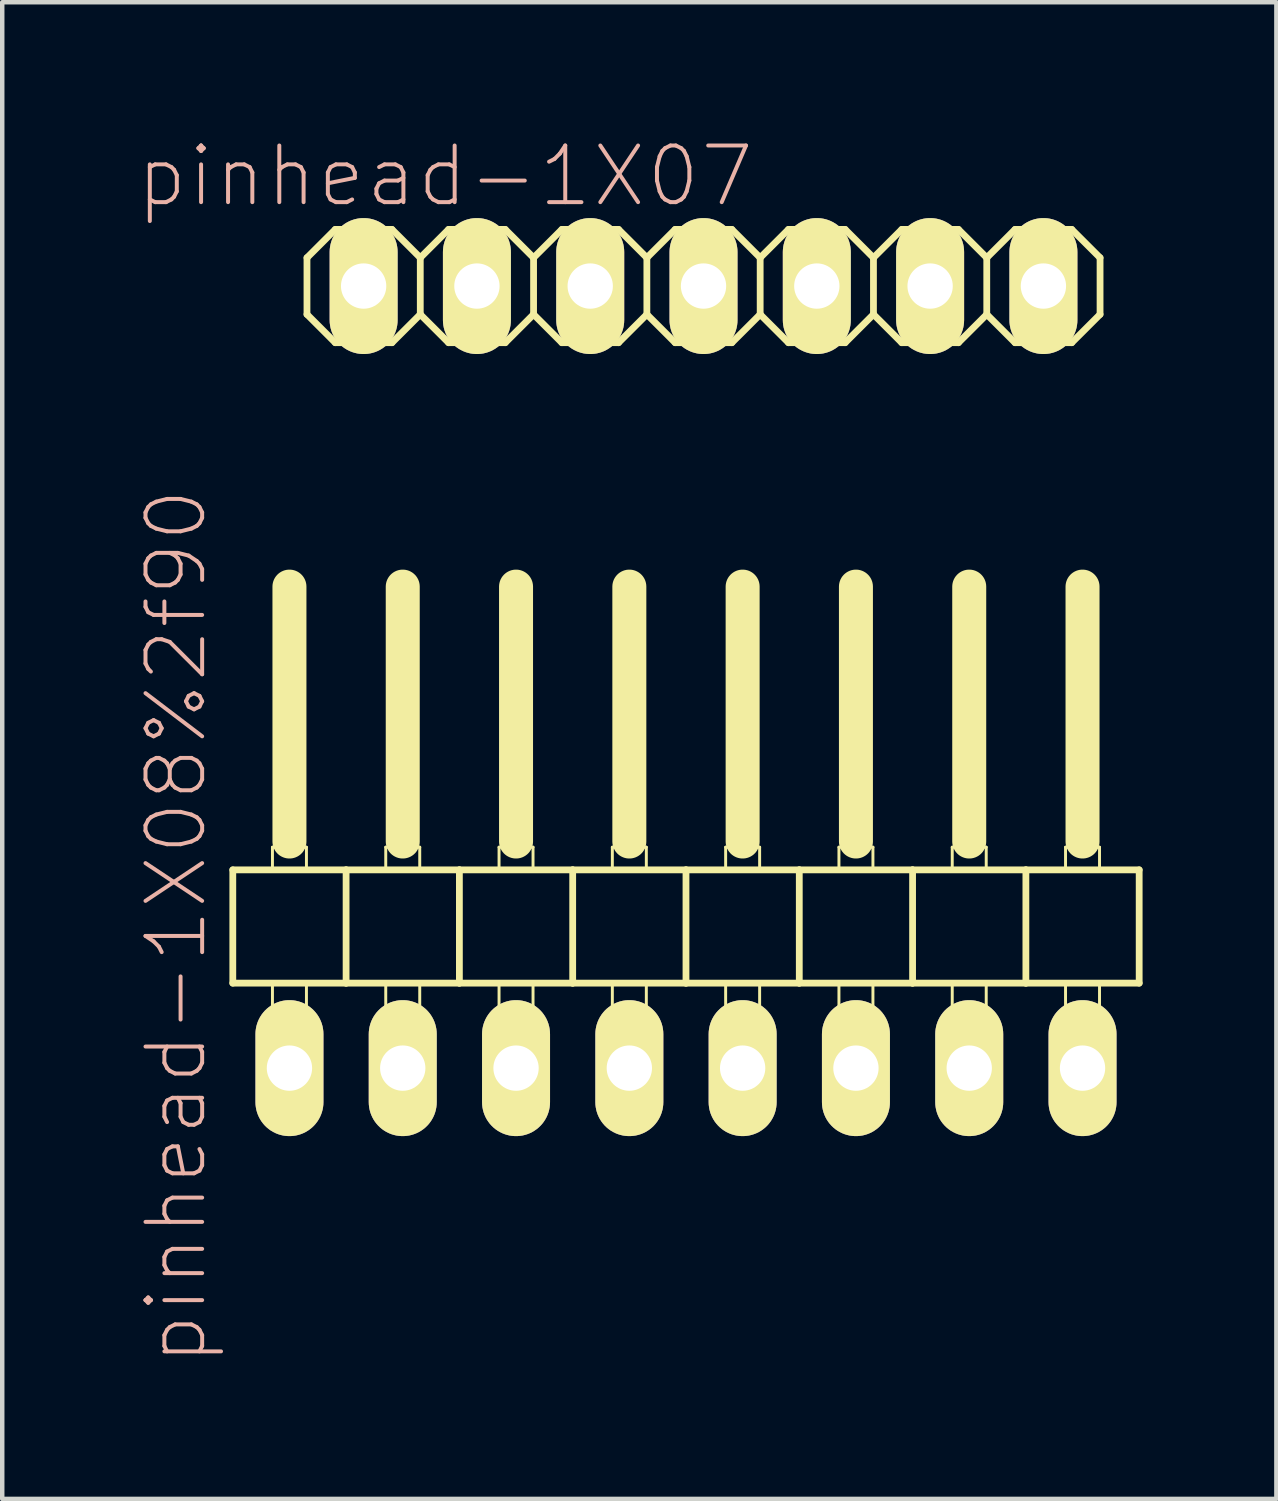
<source format=kicad_pcb>
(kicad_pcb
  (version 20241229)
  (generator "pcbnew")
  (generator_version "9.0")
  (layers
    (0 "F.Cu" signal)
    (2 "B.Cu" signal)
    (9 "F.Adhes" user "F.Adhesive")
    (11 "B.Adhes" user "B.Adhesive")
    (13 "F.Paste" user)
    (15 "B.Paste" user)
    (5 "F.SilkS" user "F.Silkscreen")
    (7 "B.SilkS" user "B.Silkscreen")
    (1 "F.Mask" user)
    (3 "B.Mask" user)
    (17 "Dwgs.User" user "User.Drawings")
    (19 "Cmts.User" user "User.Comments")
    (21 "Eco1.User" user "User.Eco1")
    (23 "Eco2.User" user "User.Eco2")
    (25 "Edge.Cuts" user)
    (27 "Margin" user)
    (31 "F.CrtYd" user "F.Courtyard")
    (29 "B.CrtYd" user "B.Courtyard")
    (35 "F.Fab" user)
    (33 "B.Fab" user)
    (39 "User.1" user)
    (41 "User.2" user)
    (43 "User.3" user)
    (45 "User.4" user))
  (footprint "pinhead-1X07"
    (layer "F.Cu")
    (at 12.722 3.363)
    (property "Reference" "pinhead-1X07" (at -5.791 -2.464 0) (layer "B.SilkS") (effects (font (size 1.27 1.27) (thickness 0.089))))
    (attr exclude_from_pos_files exclude_from_bom)
    (fp_line (start -8.89 -0.635) (end -8.89 0.635) (stroke (width 0.152) (type solid)) (layer "F.SilkS"))
    (fp_line (start -8.89 0.635) (end -8.255 1.27) (stroke (width 0.152) (type solid)) (layer "F.SilkS"))
    (fp_line (start -8.255 -1.27) (end -8.89 -0.635) (stroke (width 0.152) (type solid)) (layer "F.SilkS"))
    (fp_line (start -8.255 -1.27) (end -6.985 -1.27) (stroke (width 0.152) (type solid)) (layer "F.SilkS"))
    (fp_line (start -7.874 -0.254) (end -7.366 -0.254) (stroke (width 0.066) (type solid)) (layer "F.SilkS"))
    (fp_line (start -7.874 0.254) (end -7.874 -0.254) (stroke (width 0.066) (type solid)) (layer "F.SilkS"))
    (fp_line (start -7.874 0.254) (end -7.366 0.254) (stroke (width 0.066) (type solid)) (layer "F.SilkS"))
    (fp_line (start -7.366 0.254) (end -7.366 -0.254) (stroke (width 0.066) (type solid)) (layer "F.SilkS"))
    (fp_line (start -6.985 -1.27) (end -6.35 -0.635) (stroke (width 0.152) (type solid)) (layer "F.SilkS"))
    (fp_line (start -6.985 1.27) (end -8.255 1.27) (stroke (width 0.152) (type solid)) (layer "F.SilkS"))
    (fp_line (start -6.35 -0.635) (end -6.35 0.635) (stroke (width 0.152) (type solid)) (layer "F.SilkS"))
    (fp_line (start -6.35 -0.635) (end -5.715 -1.27) (stroke (width 0.152) (type solid)) (layer "F.SilkS"))
    (fp_line (start -6.35 0.635) (end -6.985 1.27) (stroke (width 0.152) (type solid)) (layer "F.SilkS"))
    (fp_line (start -5.715 -1.27) (end -4.445 -1.27) (stroke (width 0.152) (type solid)) (layer "F.SilkS"))
    (fp_line (start -5.715 1.27) (end -6.35 0.635) (stroke (width 0.152) (type solid)) (layer "F.SilkS"))
    (fp_line (start -5.334 -0.254) (end -4.826 -0.254) (stroke (width 0.066) (type solid)) (layer "F.SilkS"))
    (fp_line (start -5.334 0.254) (end -5.334 -0.254) (stroke (width 0.066) (type solid)) (layer "F.SilkS"))
    (fp_line (start -5.334 0.254) (end -4.826 0.254) (stroke (width 0.066) (type solid)) (layer "F.SilkS"))
    (fp_line (start -4.826 0.254) (end -4.826 -0.254) (stroke (width 0.066) (type solid)) (layer "F.SilkS"))
    (fp_line (start -4.445 -1.27) (end -3.81 -0.635) (stroke (width 0.152) (type solid)) (layer "F.SilkS"))
    (fp_line (start -4.445 1.27) (end -5.715 1.27) (stroke (width 0.152) (type solid)) (layer "F.SilkS"))
    (fp_line (start -3.81 -0.635) (end -3.81 0.635) (stroke (width 0.152) (type solid)) (layer "F.SilkS"))
    (fp_line (start -3.81 -0.635) (end -3.175 -1.27) (stroke (width 0.152) (type solid)) (layer "F.SilkS"))
    (fp_line (start -3.81 0.635) (end -4.445 1.27) (stroke (width 0.152) (type solid)) (layer "F.SilkS"))
    (fp_line (start -3.175 -1.27) (end -1.905 -1.27) (stroke (width 0.152) (type solid)) (layer "F.SilkS"))
    (fp_line (start -3.175 1.27) (end -3.81 0.635) (stroke (width 0.152) (type solid)) (layer "F.SilkS"))
    (fp_line (start -2.794 -0.254) (end -2.286 -0.254) (stroke (width 0.066) (type solid)) (layer "F.SilkS"))
    (fp_line (start -2.794 0.254) (end -2.794 -0.254) (stroke (width 0.066) (type solid)) (layer "F.SilkS"))
    (fp_line (start -2.794 0.254) (end -2.286 0.254) (stroke (width 0.066) (type solid)) (layer "F.SilkS"))
    (fp_line (start -2.286 0.254) (end -2.286 -0.254) (stroke (width 0.066) (type solid)) (layer "F.SilkS"))
    (fp_line (start -1.905 -1.27) (end -1.27 -0.635) (stroke (width 0.152) (type solid)) (layer "F.SilkS"))
    (fp_line (start -1.905 1.27) (end -3.175 1.27) (stroke (width 0.152) (type solid)) (layer "F.SilkS"))
    (fp_line (start -1.27 -0.635) (end -1.27 0.635) (stroke (width 0.152) (type solid)) (layer "F.SilkS"))
    (fp_line (start -1.27 0.635) (end -1.905 1.27) (stroke (width 0.152) (type solid)) (layer "F.SilkS"))
    (fp_line (start -1.27 0.635) (end -0.635 1.27) (stroke (width 0.152) (type solid)) (layer "F.SilkS"))
    (fp_line (start -0.635 -1.27) (end -1.27 -0.635) (stroke (width 0.152) (type solid)) (layer "F.SilkS"))
    (fp_line (start -0.635 -1.27) (end 0.635 -1.27) (stroke (width 0.152) (type solid)) (layer "F.SilkS"))
    (fp_line (start -0.254 -0.254) (end 0.254 -0.254) (stroke (width 0.066) (type solid)) (layer "F.SilkS"))
    (fp_line (start -0.254 0.254) (end -0.254 -0.254) (stroke (width 0.066) (type solid)) (layer "F.SilkS"))
    (fp_line (start -0.254 0.254) (end 0.254 0.254) (stroke (width 0.066) (type solid)) (layer "F.SilkS"))
    (fp_line (start 0.254 0.254) (end 0.254 -0.254) (stroke (width 0.066) (type solid)) (layer "F.SilkS"))
    (fp_line (start 0.635 -1.27) (end 1.27 -0.635) (stroke (width 0.152) (type solid)) (layer "F.SilkS"))
    (fp_line (start 0.635 1.27) (end -0.635 1.27) (stroke (width 0.152) (type solid)) (layer "F.SilkS"))
    (fp_line (start 1.27 -0.635) (end 1.27 0.635) (stroke (width 0.152) (type solid)) (layer "F.SilkS"))
    (fp_line (start 1.27 -0.635) (end 1.905 -1.27) (stroke (width 0.152) (type solid)) (layer "F.SilkS"))
    (fp_line (start 1.27 0.635) (end 0.635 1.27) (stroke (width 0.152) (type solid)) (layer "F.SilkS"))
    (fp_line (start 1.905 -1.27) (end 3.175 -1.27) (stroke (width 0.152) (type solid)) (layer "F.SilkS"))
    (fp_line (start 1.905 1.27) (end 1.27 0.635) (stroke (width 0.152) (type solid)) (layer "F.SilkS"))
    (fp_line (start 2.286 -0.254) (end 2.794 -0.254) (stroke (width 0.066) (type solid)) (layer "F.SilkS"))
    (fp_line (start 2.286 0.254) (end 2.286 -0.254) (stroke (width 0.066) (type solid)) (layer "F.SilkS"))
    (fp_line (start 2.286 0.254) (end 2.794 0.254) (stroke (width 0.066) (type solid)) (layer "F.SilkS"))
    (fp_line (start 2.794 0.254) (end 2.794 -0.254) (stroke (width 0.066) (type solid)) (layer "F.SilkS"))
    (fp_line (start 3.175 -1.27) (end 3.81 -0.635) (stroke (width 0.152) (type solid)) (layer "F.SilkS"))
    (fp_line (start 3.175 1.27) (end 1.905 1.27) (stroke (width 0.152) (type solid)) (layer "F.SilkS"))
    (fp_line (start 3.81 -0.635) (end 3.81 0.635) (stroke (width 0.152) (type solid)) (layer "F.SilkS"))
    (fp_line (start 3.81 -0.635) (end 4.445 -1.27) (stroke (width 0.152) (type solid)) (layer "F.SilkS"))
    (fp_line (start 3.81 0.635) (end 3.175 1.27) (stroke (width 0.152) (type solid)) (layer "F.SilkS"))
    (fp_line (start 4.445 -1.27) (end 5.715 -1.27) (stroke (width 0.152) (type solid)) (layer "F.SilkS"))
    (fp_line (start 4.445 1.27) (end 3.81 0.635) (stroke (width 0.152) (type solid)) (layer "F.SilkS"))
    (fp_line (start 4.826 -0.254) (end 5.334 -0.254) (stroke (width 0.066) (type solid)) (layer "F.SilkS"))
    (fp_line (start 4.826 0.254) (end 4.826 -0.254) (stroke (width 0.066) (type solid)) (layer "F.SilkS"))
    (fp_line (start 4.826 0.254) (end 5.334 0.254) (stroke (width 0.066) (type solid)) (layer "F.SilkS"))
    (fp_line (start 5.334 0.254) (end 5.334 -0.254) (stroke (width 0.066) (type solid)) (layer "F.SilkS"))
    (fp_line (start 5.715 -1.27) (end 6.35 -0.635) (stroke (width 0.152) (type solid)) (layer "F.SilkS"))
    (fp_line (start 5.715 1.27) (end 4.445 1.27) (stroke (width 0.152) (type solid)) (layer "F.SilkS"))
    (fp_line (start 6.35 -0.635) (end 6.35 0.635) (stroke (width 0.152) (type solid)) (layer "F.SilkS"))
    (fp_line (start 6.35 0.635) (end 5.715 1.27) (stroke (width 0.152) (type solid)) (layer "F.SilkS"))
    (fp_line (start 6.35 0.635) (end 6.985 1.27) (stroke (width 0.152) (type solid)) (layer "F.SilkS"))
    (fp_line (start 6.985 -1.27) (end 6.35 -0.635) (stroke (width 0.152) (type solid)) (layer "F.SilkS"))
    (fp_line (start 6.985 -1.27) (end 8.255 -1.27) (stroke (width 0.152) (type solid)) (layer "F.SilkS"))
    (fp_line (start 7.366 -0.254) (end 7.874 -0.254) (stroke (width 0.066) (type solid)) (layer "F.SilkS"))
    (fp_line (start 7.366 0.254) (end 7.366 -0.254) (stroke (width 0.066) (type solid)) (layer "F.SilkS"))
    (fp_line (start 7.366 0.254) (end 7.874 0.254) (stroke (width 0.066) (type solid)) (layer "F.SilkS"))
    (fp_line (start 7.874 0.254) (end 7.874 -0.254) (stroke (width 0.066) (type solid)) (layer "F.SilkS"))
    (fp_line (start 8.255 -1.27) (end 8.89 -0.635) (stroke (width 0.152) (type solid)) (layer "F.SilkS"))
    (fp_line (start 8.255 1.27) (end 6.985 1.27) (stroke (width 0.152) (type solid)) (layer "F.SilkS"))
    (fp_line (start 8.89 -0.635) (end 8.89 0.635) (stroke (width 0.152) (type solid)) (layer "F.SilkS"))
    (fp_line (start 8.89 0.635) (end 8.255 1.27) (stroke (width 0.152) (type solid)) (layer "F.SilkS"))
    (pad "1" thru_hole oval (at -7.62 0) (size 1.524 3.048) (drill 1.016) (layers "*.Cu" "F.Mask" "F.SilkS" "F.Paste"))
    (pad "2" thru_hole oval (at -5.08 0) (size 1.524 3.048) (drill 1.016) (layers "*.Cu" "F.Mask" "F.SilkS" "F.Paste"))
    (pad "3" thru_hole oval (at -2.54 0) (size 1.524 3.048) (drill 1.016) (layers "*.Cu" "F.Mask" "F.SilkS" "F.Paste"))
    (pad "4" thru_hole oval (at 0 0) (size 1.524 3.048) (drill 1.016) (layers "*.Cu" "F.Mask" "F.SilkS" "F.Paste"))
    (pad "5" thru_hole oval (at 2.54 0) (size 1.524 3.048) (drill 1.016) (layers "*.Cu" "F.Mask" "F.SilkS" "F.Paste"))
    (pad "6" thru_hole oval (at 5.08 0) (size 1.524 3.048) (drill 1.016) (layers "*.Cu" "F.Mask" "F.SilkS" "F.Paste"))
    (pad "7" thru_hole oval (at 7.62 0) (size 1.524 3.048) (drill 1.016) (layers "*.Cu" "F.Mask" "F.SilkS" "F.Paste")))
  (footprint "pinhead-1X08%2f90"
    (layer "F.Cu")
    (at 12.329 17.086)
    (property "Reference" "pinhead-1X08%2f90" (at -11.43 0.635 90) (layer "B.SilkS") (effects (font (size 1.27 1.27) (thickness 0.089))))
    (attr exclude_from_pos_files exclude_from_bom)
    (fp_line (start -10.16 -0.635) (end -10.16 1.905) (stroke (width 0.152) (type solid)) (layer "F.SilkS"))
    (fp_line (start -10.16 1.905) (end -7.62 1.905) (stroke (width 0.152) (type solid)) (layer "F.SilkS"))
    (fp_line (start -9.271 -1.143) (end -8.509 -1.143) (stroke (width 0.066) (type solid)) (layer "F.SilkS"))
    (fp_line (start -9.271 -0.635) (end -9.271 -1.143) (stroke (width 0.066) (type solid)) (layer "F.SilkS"))
    (fp_line (start -9.271 -0.635) (end -8.509 -0.635) (stroke (width 0.066) (type solid)) (layer "F.SilkS"))
    (fp_line (start -9.271 1.905) (end -8.509 1.905) (stroke (width 0.066) (type solid)) (layer "F.SilkS"))
    (fp_line (start -9.271 2.921) (end -9.271 1.905) (stroke (width 0.066) (type solid)) (layer "F.SilkS"))
    (fp_line (start -9.271 2.921) (end -8.509 2.921) (stroke (width 0.066) (type solid)) (layer "F.SilkS"))
    (fp_line (start -8.89 -6.985) (end -8.89 -1.27) (stroke (width 0.762) (type solid)) (layer "F.SilkS"))
    (fp_line (start -8.509 -0.635) (end -8.509 -1.143) (stroke (width 0.066) (type solid)) (layer "F.SilkS"))
    (fp_line (start -8.509 2.921) (end -8.509 1.905) (stroke (width 0.066) (type solid)) (layer "F.SilkS"))
    (fp_line (start -7.62 -0.635) (end -10.16 -0.635) (stroke (width 0.152) (type solid)) (layer "F.SilkS"))
    (fp_line (start -7.62 1.905) (end -7.62 -0.635) (stroke (width 0.152) (type solid)) (layer "F.SilkS"))
    (fp_line (start -7.62 1.905) (end -5.08 1.905) (stroke (width 0.152) (type solid)) (layer "F.SilkS"))
    (fp_line (start -6.731 -1.143) (end -5.969 -1.143) (stroke (width 0.066) (type solid)) (layer "F.SilkS"))
    (fp_line (start -6.731 -0.635) (end -6.731 -1.143) (stroke (width 0.066) (type solid)) (layer "F.SilkS"))
    (fp_line (start -6.731 -0.635) (end -5.969 -0.635) (stroke (width 0.066) (type solid)) (layer "F.SilkS"))
    (fp_line (start -6.731 1.905) (end -5.969 1.905) (stroke (width 0.066) (type solid)) (layer "F.SilkS"))
    (fp_line (start -6.731 2.921) (end -6.731 1.905) (stroke (width 0.066) (type solid)) (layer "F.SilkS"))
    (fp_line (start -6.731 2.921) (end -5.969 2.921) (stroke (width 0.066) (type solid)) (layer "F.SilkS"))
    (fp_line (start -6.35 -6.985) (end -6.35 -1.27) (stroke (width 0.762) (type solid)) (layer "F.SilkS"))
    (fp_line (start -5.969 -0.635) (end -5.969 -1.143) (stroke (width 0.066) (type solid)) (layer "F.SilkS"))
    (fp_line (start -5.969 2.921) (end -5.969 1.905) (stroke (width 0.066) (type solid)) (layer "F.SilkS"))
    (fp_line (start -5.08 -0.635) (end -7.62 -0.635) (stroke (width 0.152) (type solid)) (layer "F.SilkS"))
    (fp_line (start -5.08 1.905) (end -5.08 -0.635) (stroke (width 0.152) (type solid)) (layer "F.SilkS"))
    (fp_line (start -5.08 1.905) (end -2.54 1.905) (stroke (width 0.152) (type solid)) (layer "F.SilkS"))
    (fp_line (start -4.191 -1.143) (end -3.429 -1.143) (stroke (width 0.066) (type solid)) (layer "F.SilkS"))
    (fp_line (start -4.191 -0.635) (end -4.191 -1.143) (stroke (width 0.066) (type solid)) (layer "F.SilkS"))
    (fp_line (start -4.191 -0.635) (end -3.429 -0.635) (stroke (width 0.066) (type solid)) (layer "F.SilkS"))
    (fp_line (start -4.191 1.905) (end -3.429 1.905) (stroke (width 0.066) (type solid)) (layer "F.SilkS"))
    (fp_line (start -4.191 2.921) (end -4.191 1.905) (stroke (width 0.066) (type solid)) (layer "F.SilkS"))
    (fp_line (start -4.191 2.921) (end -3.429 2.921) (stroke (width 0.066) (type solid)) (layer "F.SilkS"))
    (fp_line (start -3.81 -6.985) (end -3.81 -1.27) (stroke (width 0.762) (type solid)) (layer "F.SilkS"))
    (fp_line (start -3.429 -0.635) (end -3.429 -1.143) (stroke (width 0.066) (type solid)) (layer "F.SilkS"))
    (fp_line (start -3.429 2.921) (end -3.429 1.905) (stroke (width 0.066) (type solid)) (layer "F.SilkS"))
    (fp_line (start -2.54 -0.635) (end -5.08 -0.635) (stroke (width 0.152) (type solid)) (layer "F.SilkS"))
    (fp_line (start -2.54 1.905) (end -2.54 -0.635) (stroke (width 0.152) (type solid)) (layer "F.SilkS"))
    (fp_line (start -2.54 1.905) (end 0 1.905) (stroke (width 0.152) (type solid)) (layer "F.SilkS"))
    (fp_line (start -1.651 -1.143) (end -0.889 -1.143) (stroke (width 0.066) (type solid)) (layer "F.SilkS"))
    (fp_line (start -1.651 -0.635) (end -1.651 -1.143) (stroke (width 0.066) (type solid)) (layer "F.SilkS"))
    (fp_line (start -1.651 -0.635) (end -0.889 -0.635) (stroke (width 0.066) (type solid)) (layer "F.SilkS"))
    (fp_line (start -1.651 1.905) (end -0.889 1.905) (stroke (width 0.066) (type solid)) (layer "F.SilkS"))
    (fp_line (start -1.651 2.921) (end -1.651 1.905) (stroke (width 0.066) (type solid)) (layer "F.SilkS"))
    (fp_line (start -1.651 2.921) (end -0.889 2.921) (stroke (width 0.066) (type solid)) (layer "F.SilkS"))
    (fp_line (start -1.27 -6.985) (end -1.27 -1.27) (stroke (width 0.762) (type solid)) (layer "F.SilkS"))
    (fp_line (start -0.889 -0.635) (end -0.889 -1.143) (stroke (width 0.066) (type solid)) (layer "F.SilkS"))
    (fp_line (start -0.889 2.921) (end -0.889 1.905) (stroke (width 0.066) (type solid)) (layer "F.SilkS"))
    (fp_line (start 0 -0.635) (end -2.54 -0.635) (stroke (width 0.152) (type solid)) (layer "F.SilkS"))
    (fp_line (start 0 1.905) (end 0 -0.635) (stroke (width 0.152) (type solid)) (layer "F.SilkS"))
    (fp_line (start 0 1.905) (end 2.54 1.905) (stroke (width 0.152) (type solid)) (layer "F.SilkS"))
    (fp_line (start 0.889 -1.143) (end 1.651 -1.143) (stroke (width 0.066) (type solid)) (layer "F.SilkS"))
    (fp_line (start 0.889 -0.635) (end 0.889 -1.143) (stroke (width 0.066) (type solid)) (layer "F.SilkS"))
    (fp_line (start 0.889 -0.635) (end 1.651 -0.635) (stroke (width 0.066) (type solid)) (layer "F.SilkS"))
    (fp_line (start 0.889 1.905) (end 1.651 1.905) (stroke (width 0.066) (type solid)) (layer "F.SilkS"))
    (fp_line (start 0.889 2.921) (end 0.889 1.905) (stroke (width 0.066) (type solid)) (layer "F.SilkS"))
    (fp_line (start 0.889 2.921) (end 1.651 2.921) (stroke (width 0.066) (type solid)) (layer "F.SilkS"))
    (fp_line (start 1.27 -6.985) (end 1.27 -1.27) (stroke (width 0.762) (type solid)) (layer "F.SilkS"))
    (fp_line (start 1.651 -0.635) (end 1.651 -1.143) (stroke (width 0.066) (type solid)) (layer "F.SilkS"))
    (fp_line (start 1.651 2.921) (end 1.651 1.905) (stroke (width 0.066) (type solid)) (layer "F.SilkS"))
    (fp_line (start 2.54 -0.635) (end 0 -0.635) (stroke (width 0.152) (type solid)) (layer "F.SilkS"))
    (fp_line (start 2.54 1.905) (end 2.54 -0.635) (stroke (width 0.152) (type solid)) (layer "F.SilkS"))
    (fp_line (start 2.54 1.905) (end 5.08 1.905) (stroke (width 0.152) (type solid)) (layer "F.SilkS"))
    (fp_line (start 3.429 -1.143) (end 4.191 -1.143) (stroke (width 0.066) (type solid)) (layer "F.SilkS"))
    (fp_line (start 3.429 -0.635) (end 3.429 -1.143) (stroke (width 0.066) (type solid)) (layer "F.SilkS"))
    (fp_line (start 3.429 -0.635) (end 4.191 -0.635) (stroke (width 0.066) (type solid)) (layer "F.SilkS"))
    (fp_line (start 3.429 1.905) (end 4.191 1.905) (stroke (width 0.066) (type solid)) (layer "F.SilkS"))
    (fp_line (start 3.429 2.921) (end 3.429 1.905) (stroke (width 0.066) (type solid)) (layer "F.SilkS"))
    (fp_line (start 3.429 2.921) (end 4.191 2.921) (stroke (width 0.066) (type solid)) (layer "F.SilkS"))
    (fp_line (start 3.81 -6.985) (end 3.81 -1.27) (stroke (width 0.762) (type solid)) (layer "F.SilkS"))
    (fp_line (start 4.191 -0.635) (end 4.191 -1.143) (stroke (width 0.066) (type solid)) (layer "F.SilkS"))
    (fp_line (start 4.191 2.921) (end 4.191 1.905) (stroke (width 0.066) (type solid)) (layer "F.SilkS"))
    (fp_line (start 5.08 -0.635) (end 2.54 -0.635) (stroke (width 0.152) (type solid)) (layer "F.SilkS"))
    (fp_line (start 5.08 1.905) (end 5.08 -0.635) (stroke (width 0.152) (type solid)) (layer "F.SilkS"))
    (fp_line (start 5.08 1.905) (end 7.62 1.905) (stroke (width 0.152) (type solid)) (layer "F.SilkS"))
    (fp_line (start 5.969 -1.143) (end 6.731 -1.143) (stroke (width 0.066) (type solid)) (layer "F.SilkS"))
    (fp_line (start 5.969 -0.635) (end 5.969 -1.143) (stroke (width 0.066) (type solid)) (layer "F.SilkS"))
    (fp_line (start 5.969 -0.635) (end 6.731 -0.635) (stroke (width 0.066) (type solid)) (layer "F.SilkS"))
    (fp_line (start 5.969 1.905) (end 6.731 1.905) (stroke (width 0.066) (type solid)) (layer "F.SilkS"))
    (fp_line (start 5.969 2.921) (end 5.969 1.905) (stroke (width 0.066) (type solid)) (layer "F.SilkS"))
    (fp_line (start 5.969 2.921) (end 6.731 2.921) (stroke (width 0.066) (type solid)) (layer "F.SilkS"))
    (fp_line (start 6.35 -6.985) (end 6.35 -1.27) (stroke (width 0.762) (type solid)) (layer "F.SilkS"))
    (fp_line (start 6.731 -0.635) (end 6.731 -1.143) (stroke (width 0.066) (type solid)) (layer "F.SilkS"))
    (fp_line (start 6.731 2.921) (end 6.731 1.905) (stroke (width 0.066) (type solid)) (layer "F.SilkS"))
    (fp_line (start 7.62 -0.635) (end 5.08 -0.635) (stroke (width 0.152) (type solid)) (layer "F.SilkS"))
    (fp_line (start 7.62 1.905) (end 7.62 -0.635) (stroke (width 0.152) (type solid)) (layer "F.SilkS"))
    (fp_line (start 7.62 1.905) (end 10.16 1.905) (stroke (width 0.152) (type solid)) (layer "F.SilkS"))
    (fp_line (start 8.509 -1.143) (end 9.271 -1.143) (stroke (width 0.066) (type solid)) (layer "F.SilkS"))
    (fp_line (start 8.509 -0.635) (end 8.509 -1.143) (stroke (width 0.066) (type solid)) (layer "F.SilkS"))
    (fp_line (start 8.509 -0.635) (end 9.271 -0.635) (stroke (width 0.066) (type solid)) (layer "F.SilkS"))
    (fp_line (start 8.509 1.905) (end 9.271 1.905) (stroke (width 0.066) (type solid)) (layer "F.SilkS"))
    (fp_line (start 8.509 2.921) (end 8.509 1.905) (stroke (width 0.066) (type solid)) (layer "F.SilkS"))
    (fp_line (start 8.509 2.921) (end 9.271 2.921) (stroke (width 0.066) (type solid)) (layer "F.SilkS"))
    (fp_line (start 8.89 -6.985) (end 8.89 -1.27) (stroke (width 0.762) (type solid)) (layer "F.SilkS"))
    (fp_line (start 9.271 -0.635) (end 9.271 -1.143) (stroke (width 0.066) (type solid)) (layer "F.SilkS"))
    (fp_line (start 9.271 2.921) (end 9.271 1.905) (stroke (width 0.066) (type solid)) (layer "F.SilkS"))
    (fp_line (start 10.16 -0.635) (end 7.62 -0.635) (stroke (width 0.152) (type solid)) (layer "F.SilkS"))
    (fp_line (start 10.16 1.905) (end 10.16 -0.635) (stroke (width 0.152) (type solid)) (layer "F.SilkS"))
    (pad "1" thru_hole oval (at -8.89 3.81) (size 1.524 3.048) (drill 1.016) (layers "*.Cu" "F.Mask" "F.SilkS" "F.Paste"))
    (pad "2" thru_hole oval (at -6.35 3.81) (size 1.524 3.048) (drill 1.016) (layers "*.Cu" "F.Mask" "F.SilkS" "F.Paste"))
    (pad "3" thru_hole oval (at -3.81 3.81) (size 1.524 3.048) (drill 1.016) (layers "*.Cu" "F.Mask" "F.SilkS" "F.Paste"))
    (pad "4" thru_hole oval (at -1.27 3.81) (size 1.524 3.048) (drill 1.016) (layers "*.Cu" "F.Mask" "F.SilkS" "F.Paste"))
    (pad "5" thru_hole oval (at 1.27 3.81) (size 1.524 3.048) (drill 1.016) (layers "*.Cu" "F.Mask" "F.SilkS" "F.Paste"))
    (pad "6" thru_hole oval (at 3.81 3.81) (size 1.524 3.048) (drill 1.016) (layers "*.Cu" "F.Mask" "F.SilkS" "F.Paste"))
    (pad "7" thru_hole oval (at 6.35 3.81) (size 1.524 3.048) (drill 1.016) (layers "*.Cu" "F.Mask" "F.SilkS" "F.Paste"))
    (pad "8" thru_hole oval (at 8.89 3.81) (size 1.524 3.048) (drill 1.016) (layers "*.Cu" "F.Mask" "F.SilkS" "F.Paste")))
  (gr_rect
    (start -3 -3)
    (end 25.565 30.554)
    (stroke (width 0.1) (type default))
    (fill no)
    (layer "Edge.Cuts")))
</source>
